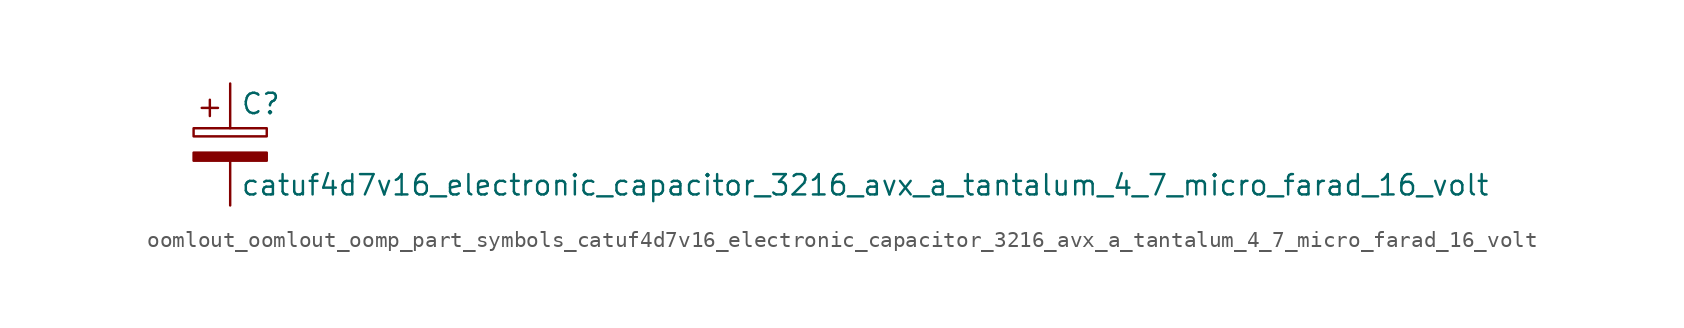
<source format=kicad_sym>
(kicad_symbol_lib
  (version 20220914)
  (generator kicad_symbol_editor)
  (symbol "oomlout_oomlout_oomp_part_symbols_catuf4d7v16_electronic_capacitor_3216_avx_a_tantalum_4_7_micro_farad_16_volt"
    (pin_numbers hide)
    (pin_names
      (offset 0.254))
    (property "Reference" "C"
      (at 0.635 2.54 0)
      (effects (font (size 1.27 1.27)) (justify left)))
    (property "Value" "catuf4d7v16_electronic_capacitor_3216_avx_a_tantalum_4_7_micro_farad_16_volt"
      (at 0.635 -2.54 0)
      (effects (font (size 1.27 1.27)) (justify left)))
    (symbol "oomlout_oomlout_oomp_part_symbols_catuf4d7v16_electronic_capacitor_3216_avx_a_tantalum_4_7_micro_farad_16_volt_0_1"
      (rectangle (start -2.286 0.508) (end 2.286 1.016) (stroke (width 0) (type default)) (fill (type none)))
      (polyline (pts (xy -1.778 2.286) (xy -0.762 2.286)) (stroke (width 0) (type default)) (fill (type none)))
      (polyline (pts (xy -1.27 2.794) (xy -1.27 1.778)) (stroke (width 0) (type default)) (fill (type none)))
      (rectangle (start 2.286 -0.508) (end -2.286 -1.016) (stroke (width 0) (type default)) (fill (type outline))))
    (symbol "oomlout_oomlout_oomp_part_symbols_catuf4d7v16_electronic_capacitor_3216_avx_a_tantalum_4_7_micro_farad_16_volt_1_1"
      (pin passive line (at 0 3.81 270) (length 2.794) (name "~" (effects (font (size 1.27 1.27)))) (number "1" (effects (font (size 1.27 1.27)))))
      (pin passive line (at 0 -3.81 90) (length 2.794) (name "~" (effects (font (size 1.27 1.27)))) (number "2" (effects (font (size 1.27 1.27))))))))
</source>
